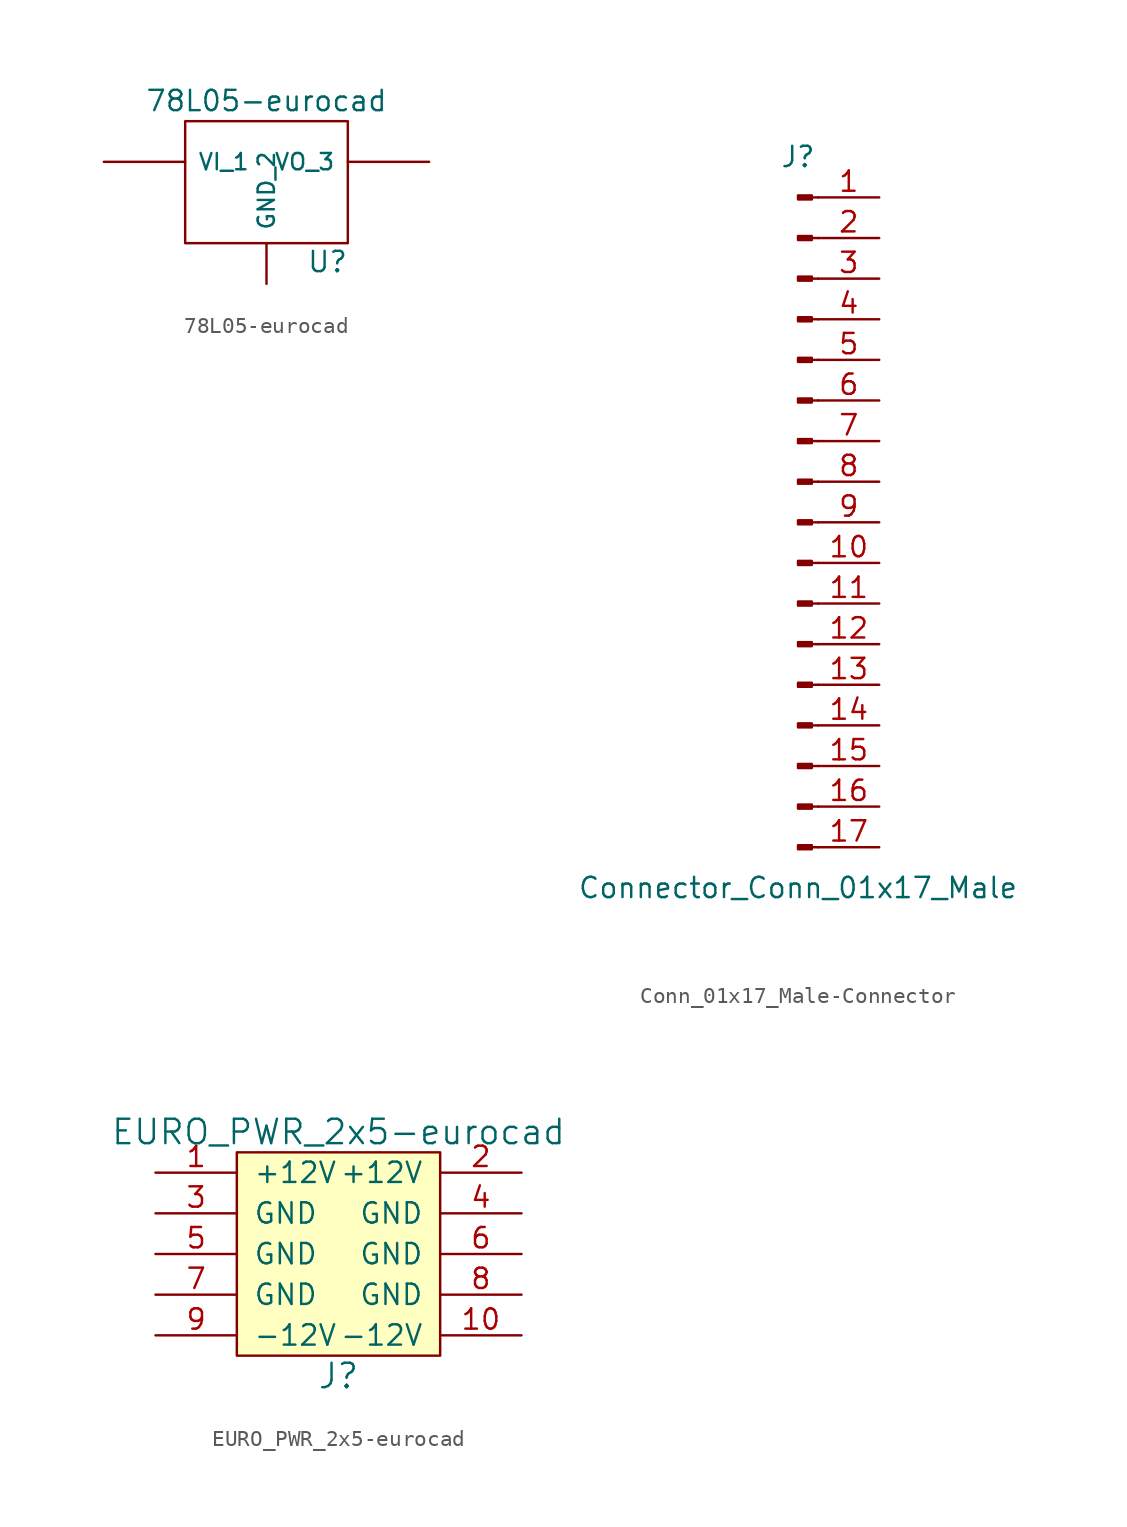
<source format=kicad_sym>
(kicad_symbol_lib
  (version 20220914)
  (generator kicad_symbol_editor)
  (symbol "78L05-eurocad"
    (pin_numbers hide)
    (pin_names
      (offset 0.762))
    (property "Reference" "U"
      (at 3.81 -4.978 0)
      (effects (font (size 1.27 1.27))))
    (property "Value" "78L05-eurocad"
      (at 0 5.08 0)
      (effects (font (size 1.27 1.27))))
    (property "Footprint" ""
      (at 0 0 0)
      (effects (font (size 1.27 1.27))))
    (property "Datasheet" ""
      (at 0 0 0)
      (effects (font (size 1.27 1.27))))
    (symbol "78L05-eurocad_0_1"
      (rectangle (start -5.08 -3.81) (end 5.08 3.81) (stroke (width 0) (type solid)) (fill (type none))))
    (symbol "78L05-eurocad_1_1"
      (pin input line (at -10.16 1.27 0) (length 5.08) (name "VI_1" (effects (font (size 1.016 1.016)))) (number "1" (effects (font (size 1.016 1.016)))))
      (pin input line (at 0 -6.35 90) (length 2.54) (name "GND_2" (effects (font (size 1.016 1.016)))) (number "2" (effects (font (size 1.016 1.016)))))
      (pin power_out line (at 10.16 1.27 180) (length 5.08) (name "VO_3" (effects (font (size 1.016 1.016)))) (number "3" (effects (font (size 1.016 1.016)))))))
  (symbol "Conn_01x17_Male-Connector"
    (pin_names
      (offset 1.016) hide)
    (property "Reference" "J"
      (at 0 22.86 0)
      (effects (font (size 1.27 1.27))))
    (property "Value" "Connector_Conn_01x17_Male"
      (at 0 -22.86 0)
      (effects (font (size 1.27 1.27))))
    (symbol "Conn_01x17_Male-Connector_1_1"
      (polyline (pts (xy 1.27 -20.32) (xy 0.864 -20.32)) (stroke (width 0.152) (type solid)) (fill (type none)))
      (polyline (pts (xy 1.27 -17.78) (xy 0.864 -17.78)) (stroke (width 0.152) (type solid)) (fill (type none)))
      (polyline (pts (xy 1.27 -15.24) (xy 0.864 -15.24)) (stroke (width 0.152) (type solid)) (fill (type none)))
      (polyline (pts (xy 1.27 -12.7) (xy 0.864 -12.7)) (stroke (width 0.152) (type solid)) (fill (type none)))
      (polyline (pts (xy 1.27 -10.16) (xy 0.864 -10.16)) (stroke (width 0.152) (type solid)) (fill (type none)))
      (polyline (pts (xy 1.27 -7.62) (xy 0.864 -7.62)) (stroke (width 0.152) (type solid)) (fill (type none)))
      (polyline (pts (xy 1.27 -5.08) (xy 0.864 -5.08)) (stroke (width 0.152) (type solid)) (fill (type none)))
      (polyline (pts (xy 1.27 -2.54) (xy 0.864 -2.54)) (stroke (width 0.152) (type solid)) (fill (type none)))
      (polyline (pts (xy 1.27 0) (xy 0.864 0)) (stroke (width 0.152) (type solid)) (fill (type none)))
      (polyline (pts (xy 1.27 2.54) (xy 0.864 2.54)) (stroke (width 0.152) (type solid)) (fill (type none)))
      (polyline (pts (xy 1.27 5.08) (xy 0.864 5.08)) (stroke (width 0.152) (type solid)) (fill (type none)))
      (polyline (pts (xy 1.27 7.62) (xy 0.864 7.62)) (stroke (width 0.152) (type solid)) (fill (type none)))
      (polyline (pts (xy 1.27 10.16) (xy 0.864 10.16)) (stroke (width 0.152) (type solid)) (fill (type none)))
      (polyline (pts (xy 1.27 12.7) (xy 0.864 12.7)) (stroke (width 0.152) (type solid)) (fill (type none)))
      (polyline (pts (xy 1.27 15.24) (xy 0.864 15.24)) (stroke (width 0.152) (type solid)) (fill (type none)))
      (polyline (pts (xy 1.27 17.78) (xy 0.864 17.78)) (stroke (width 0.152) (type solid)) (fill (type none)))
      (polyline (pts (xy 1.27 20.32) (xy 0.864 20.32)) (stroke (width 0.152) (type solid)) (fill (type none)))
      (rectangle (start 0.864 -20.193) (end 0 -20.447) (stroke (width 0.152) (type solid)) (fill (type outline)))
      (rectangle (start 0.864 -17.653) (end 0 -17.907) (stroke (width 0.152) (type solid)) (fill (type outline)))
      (rectangle (start 0.864 -15.113) (end 0 -15.367) (stroke (width 0.152) (type solid)) (fill (type outline)))
      (rectangle (start 0.864 -12.573) (end 0 -12.827) (stroke (width 0.152) (type solid)) (fill (type outline)))
      (rectangle (start 0.864 -10.033) (end 0 -10.287) (stroke (width 0.152) (type solid)) (fill (type outline)))
      (rectangle (start 0.864 -7.493) (end 0 -7.747) (stroke (width 0.152) (type solid)) (fill (type outline)))
      (rectangle (start 0.864 -4.953) (end 0 -5.207) (stroke (width 0.152) (type solid)) (fill (type outline)))
      (rectangle (start 0.864 -2.413) (end 0 -2.667) (stroke (width 0.152) (type solid)) (fill (type outline)))
      (rectangle (start 0.864 0.127) (end 0 -0.127) (stroke (width 0.152) (type solid)) (fill (type outline)))
      (rectangle (start 0.864 2.667) (end 0 2.413) (stroke (width 0.152) (type solid)) (fill (type outline)))
      (rectangle (start 0.864 5.207) (end 0 4.953) (stroke (width 0.152) (type solid)) (fill (type outline)))
      (rectangle (start 0.864 7.747) (end 0 7.493) (stroke (width 0.152) (type solid)) (fill (type outline)))
      (rectangle (start 0.864 10.287) (end 0 10.033) (stroke (width 0.152) (type solid)) (fill (type outline)))
      (rectangle (start 0.864 12.827) (end 0 12.573) (stroke (width 0.152) (type solid)) (fill (type outline)))
      (rectangle (start 0.864 15.367) (end 0 15.113) (stroke (width 0.152) (type solid)) (fill (type outline)))
      (rectangle (start 0.864 17.907) (end 0 17.653) (stroke (width 0.152) (type solid)) (fill (type outline)))
      (rectangle (start 0.864 20.447) (end 0 20.193) (stroke (width 0.152) (type solid)) (fill (type outline)))
      (pin passive line (at 5.08 20.32 180) (length 3.81) (name "Pin_1" (effects (font (size 1.27 1.27)))) (number "1" (effects (font (size 1.27 1.27)))))
      (pin passive line (at 5.08 -2.54 180) (length 3.81) (name "Pin_10" (effects (font (size 1.27 1.27)))) (number "10" (effects (font (size 1.27 1.27)))))
      (pin passive line (at 5.08 -5.08 180) (length 3.81) (name "Pin_11" (effects (font (size 1.27 1.27)))) (number "11" (effects (font (size 1.27 1.27)))))
      (pin passive line (at 5.08 -7.62 180) (length 3.81) (name "Pin_12" (effects (font (size 1.27 1.27)))) (number "12" (effects (font (size 1.27 1.27)))))
      (pin passive line (at 5.08 -10.16 180) (length 3.81) (name "Pin_13" (effects (font (size 1.27 1.27)))) (number "13" (effects (font (size 1.27 1.27)))))
      (pin passive line (at 5.08 -12.7 180) (length 3.81) (name "Pin_14" (effects (font (size 1.27 1.27)))) (number "14" (effects (font (size 1.27 1.27)))))
      (pin passive line (at 5.08 -15.24 180) (length 3.81) (name "Pin_15" (effects (font (size 1.27 1.27)))) (number "15" (effects (font (size 1.27 1.27)))))
      (pin passive line (at 5.08 -17.78 180) (length 3.81) (name "Pin_16" (effects (font (size 1.27 1.27)))) (number "16" (effects (font (size 1.27 1.27)))))
      (pin passive line (at 5.08 -20.32 180) (length 3.81) (name "Pin_17" (effects (font (size 1.27 1.27)))) (number "17" (effects (font (size 1.27 1.27)))))
      (pin passive line (at 5.08 17.78 180) (length 3.81) (name "Pin_2" (effects (font (size 1.27 1.27)))) (number "2" (effects (font (size 1.27 1.27)))))
      (pin passive line (at 5.08 15.24 180) (length 3.81) (name "Pin_3" (effects (font (size 1.27 1.27)))) (number "3" (effects (font (size 1.27 1.27)))))
      (pin passive line (at 5.08 12.7 180) (length 3.81) (name "Pin_4" (effects (font (size 1.27 1.27)))) (number "4" (effects (font (size 1.27 1.27)))))
      (pin passive line (at 5.08 10.16 180) (length 3.81) (name "Pin_5" (effects (font (size 1.27 1.27)))) (number "5" (effects (font (size 1.27 1.27)))))
      (pin passive line (at 5.08 7.62 180) (length 3.81) (name "Pin_6" (effects (font (size 1.27 1.27)))) (number "6" (effects (font (size 1.27 1.27)))))
      (pin passive line (at 5.08 5.08 180) (length 3.81) (name "Pin_7" (effects (font (size 1.27 1.27)))) (number "7" (effects (font (size 1.27 1.27)))))
      (pin passive line (at 5.08 2.54 180) (length 3.81) (name "Pin_8" (effects (font (size 1.27 1.27)))) (number "8" (effects (font (size 1.27 1.27)))))
      (pin passive line (at 5.08 0 180) (length 3.81) (name "Pin_9" (effects (font (size 1.27 1.27)))) (number "9" (effects (font (size 1.27 1.27)))))))
  (symbol "EURO_PWR_2x5-eurocad"
    (pin_names
      (offset 1.016))
    (property "Reference" "J"
      (at 0 -7.62 0)
      (effects (font (size 1.524 1.524))))
    (property "Value" "EURO_PWR_2x5-eurocad"
      (at 0 7.62 0)
      (effects (font (size 1.524 1.524))))
    (property "Footprint" ""
      (at 0 0 0)
      (effects (font (size 1.524 1.524))))
    (property "Datasheet" ""
      (at 0 0 0)
      (effects (font (size 1.524 1.524))))
    (symbol "EURO_PWR_2x5-eurocad_0_1"
      (rectangle (start -6.35 6.35) (end 6.35 -6.35) (stroke (width 0) (type solid)) (fill (type background))))
    (symbol "EURO_PWR_2x5-eurocad_1_1"
      (pin power_in line (at -11.43 5.08 0) (length 5.08) (name "+12V" (effects (font (size 1.27 1.27)))) (number "1" (effects (font (size 1.27 1.27)))))
      (pin power_in line (at 11.43 -5.08 180) (length 5.08) (name "-12V" (effects (font (size 1.27 1.27)))) (number "10" (effects (font (size 1.27 1.27)))))
      (pin power_in line (at 11.43 5.08 180) (length 5.08) (name "+12V" (effects (font (size 1.27 1.27)))) (number "2" (effects (font (size 1.27 1.27)))))
      (pin power_in line (at -11.43 2.54 0) (length 5.08) (name "GND" (effects (font (size 1.27 1.27)))) (number "3" (effects (font (size 1.27 1.27)))))
      (pin power_in line (at 11.43 2.54 180) (length 5.08) (name "GND" (effects (font (size 1.27 1.27)))) (number "4" (effects (font (size 1.27 1.27)))))
      (pin power_in line (at -11.43 0 0) (length 5.08) (name "GND" (effects (font (size 1.27 1.27)))) (number "5" (effects (font (size 1.27 1.27)))))
      (pin power_in line (at 11.43 0 180) (length 5.08) (name "GND" (effects (font (size 1.27 1.27)))) (number "6" (effects (font (size 1.27 1.27)))))
      (pin power_in line (at -11.43 -2.54 0) (length 5.08) (name "GND" (effects (font (size 1.27 1.27)))) (number "7" (effects (font (size 1.27 1.27)))))
      (pin power_in line (at 11.43 -2.54 180) (length 5.08) (name "GND" (effects (font (size 1.27 1.27)))) (number "8" (effects (font (size 1.27 1.27)))))
      (pin power_in line (at -11.43 -5.08 0) (length 5.08) (name "-12V" (effects (font (size 1.27 1.27)))) (number "9" (effects (font (size 1.27 1.27))))))))
</source>
